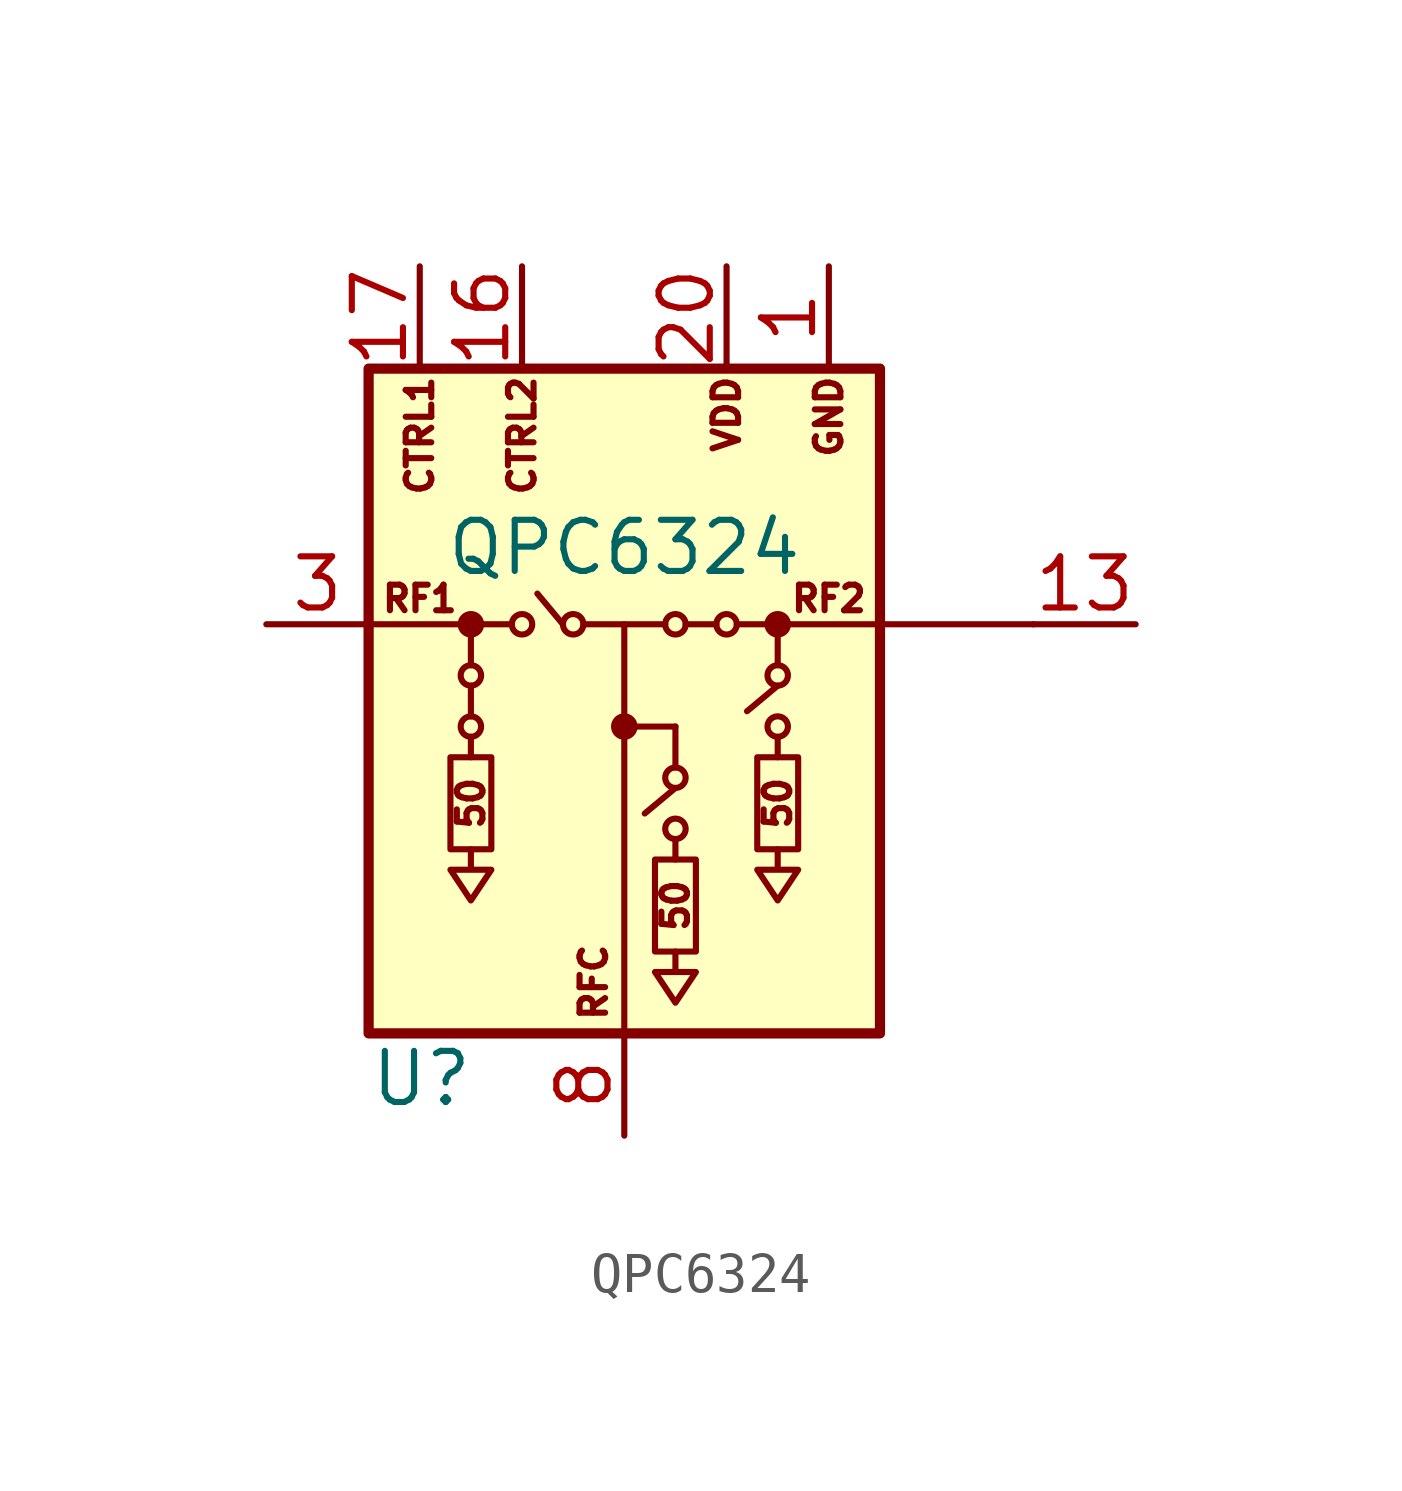
<source format=kicad_sym>
(kicad_symbol_lib
  (version 20220914)
  (generator kicad_symbol_editor)
  (symbol "QPC6324"
    (property "Reference" "U"
      (at -6.35 -10.541 0)
      (do_not_autoplace)
      (effects (font (size 1.27 1.27)) (justify left top)))
    (property "Value" "QPC6324"
      (at 0 1.905 0)
      (do_not_autoplace)
      (effects (font (size 1.27 1.27))))
    (symbol "QPC6324_0_0"
      (text "50" (at -3.81 -4.445 900) (effects (font (size 0.635 0.635))))
      (text "50" (at 1.27 -6.985 900) (effects (font (size 0.635 0.635))))
      (text "50" (at 3.81 -4.445 900) (effects (font (size 0.635 0.635)))))
    (symbol "QPC6324_0_1"
      (rectangle (start -6.35 6.35) (end 6.35 -10.16) (stroke (width 0.254) (type default)) (fill (type background)))
      (rectangle (start -4.318 -3.302) (end -3.302 -5.588) (stroke (width 0) (type default)) (fill (type none)))
      (circle (center -3.81 -2.54) (radius 0.254) (stroke (width 0) (type default)) (fill (type none)))
      (circle (center -3.81 -1.27) (radius 0.254) (stroke (width 0) (type default)) (fill (type none)))
      (circle (center -3.81 0) (radius 0.254) (stroke (width 0) (type default)) (fill (type outline)))
      (circle (center -2.54 0) (radius 0.254) (stroke (width 0) (type default)) (fill (type none)))
      (circle (center -1.27 0) (radius 0.254) (stroke (width 0) (type default)) (fill (type none)))
      (circle (center 0 -2.54) (radius 0.254) (stroke (width 0) (type default)) (fill (type outline)))
      (polyline (pts (xy -3.81 -2.794) (xy -3.81 -3.302)) (stroke (width 0) (type default)) (fill (type none)))
      (polyline (pts (xy -3.81 -1.016) (xy -3.81 0)) (stroke (width 0) (type default)) (fill (type none)))
      (polyline (pts (xy -2.794 0) (xy -6.35 0)) (stroke (width 0) (type default)) (fill (type none)))
      (polyline (pts (xy -1.524 0) (xy -2.159 0.762)) (stroke (width 0) (type default)) (fill (type none)))
      (polyline (pts (xy -1.016 0) (xy 1.016 0)) (stroke (width 0) (type default)) (fill (type none)))
      (polyline (pts (xy 0 0) (xy 0 -10.16)) (stroke (width 0) (type default)) (fill (type none)))
      (polyline (pts (xy 1.27 -5.334) (xy 1.27 -5.842)) (stroke (width 0) (type default)) (fill (type none)))
      (polyline (pts (xy 1.27 -4.064) (xy 0.508 -4.699)) (stroke (width 0) (type default)) (fill (type none)))
      (polyline (pts (xy 1.27 -3.556) (xy 1.27 -2.54)) (stroke (width 0) (type default)) (fill (type none)))
      (polyline (pts (xy 1.27 -2.54) (xy 0 -2.54)) (stroke (width 0) (type default)) (fill (type none)))
      (polyline (pts (xy 1.524 0) (xy 2.286 0)) (stroke (width 0) (type default)) (fill (type none)))
      (polyline (pts (xy 2.794 0) (xy 10.16 0)) (stroke (width 0) (type default)) (fill (type none)))
      (polyline (pts (xy 3.81 -2.794) (xy 3.81 -3.302)) (stroke (width 0) (type default)) (fill (type none)))
      (polyline (pts (xy 3.81 -1.524) (xy 3.048 -2.159)) (stroke (width 0) (type default)) (fill (type none)))
      (polyline (pts (xy 3.81 -1.016) (xy 3.81 0)) (stroke (width 0) (type default)) (fill (type none)))
      (polyline (pts (xy -3.81 -5.588) (xy -3.81 -6.096) (xy -4.318 -6.096) (xy -3.81 -6.858) (xy -3.302 -6.096) (xy -3.81 -6.096)) (stroke (width 0) (type default)) (fill (type none)))
      (polyline (pts (xy 1.27 -8.128) (xy 1.27 -8.636) (xy 0.762 -8.636) (xy 1.27 -9.398) (xy 1.778 -8.636) (xy 1.27 -8.636)) (stroke (width 0) (type default)) (fill (type none)))
      (polyline (pts (xy 3.81 -5.588) (xy 3.81 -6.096) (xy 3.302 -6.096) (xy 3.81 -6.858) (xy 4.318 -6.096) (xy 3.81 -6.096)) (stroke (width 0) (type default)) (fill (type none)))
      (rectangle (start 0.762 -5.842) (end 1.778 -8.128) (stroke (width 0) (type default)) (fill (type none)))
      (circle (center 1.27 -5.08) (radius 0.254) (stroke (width 0) (type default)) (fill (type none)))
      (circle (center 1.27 -3.81) (radius 0.254) (stroke (width 0) (type default)) (fill (type none)))
      (circle (center 1.27 0) (radius 0.254) (stroke (width 0) (type default)) (fill (type none)))
      (circle (center 2.54 0) (radius 0.254) (stroke (width 0) (type default)) (fill (type none)))
      (rectangle (start 3.302 -3.302) (end 4.318 -5.588) (stroke (width 0) (type default)) (fill (type none)))
      (circle (center 3.81 -2.54) (radius 0.254) (stroke (width 0) (type default)) (fill (type none)))
      (circle (center 3.81 -1.27) (radius 0.254) (stroke (width 0) (type default)) (fill (type none)))
      (circle (center 3.81 0) (radius 0.254) (stroke (width 0) (type default)) (fill (type outline))))
    (symbol "QPC6324_1_1"
      (polyline (pts (xy -3.81 -1.524) (xy -3.81 -2.286)) (stroke (width 0) (type default)) (fill (type none)))
      (text "CTRL1" (at -5.08 6.223 900) (effects (font (size 0.635 0.635)) (justify right)))
      (text "CTRL2" (at -2.54 6.223 900) (effects (font (size 0.635 0.635)) (justify right)))
      (text "GND" (at 5.08 6.223 900) (effects (font (size 0.635 0.635)) (justify right)))
      (text "RF1" (at -5.08 0.635 0) (effects (font (size 0.635 0.635))))
      (text "RF2" (at 5.08 0.635 0) (effects (font (size 0.635 0.635))))
      (text "RFC" (at -0.762 -8.89 900) (effects (font (size 0.635 0.635))))
      (text "VDD" (at 2.54 6.223 900) (effects (font (size 0.635 0.635)) (justify right)))
      (pin power_in line (at 5.08 8.89 270) (length 2.54) (name "" (effects (font (size 1.27 1.27)))) (number "1" (effects (font (size 1.27 1.27)))))
      (pin passive line (at 5.08 8.89 270) (length 2.54) hide (name "GND" (effects (font (size 1.27 1.27)))) (number "10" (effects (font (size 1.27 1.27)))))
      (pin passive line (at 5.08 8.89 270) (length 2.54) hide (name "GND" (effects (font (size 1.27 1.27)))) (number "11" (effects (font (size 1.27 1.27)))))
      (pin passive line (at 5.08 8.89 270) (length 2.54) hide (name "GND" (effects (font (size 1.27 1.27)))) (number "12" (effects (font (size 1.27 1.27)))))
      (pin passive line (at 12.7 0 180) (length 2.54) (name "" (effects (font (size 1.27 1.27)))) (number "13" (effects (font (size 1.27 1.27)))))
      (pin passive line (at 5.08 8.89 270) (length 2.54) hide (name "GND" (effects (font (size 1.27 1.27)))) (number "14" (effects (font (size 1.27 1.27)))))
      (pin passive line (at 5.08 8.89 270) (length 2.54) hide (name "GND" (effects (font (size 1.27 1.27)))) (number "15" (effects (font (size 1.27 1.27)))))
      (pin input line (at -2.54 8.89 270) (length 2.54) (name "" (effects (font (size 1.27 1.27)))) (number "16" (effects (font (size 1.27 1.27)))))
      (pin input line (at -5.08 8.89 270) (length 2.54) (name "" (effects (font (size 1.27 1.27)))) (number "17" (effects (font (size 1.27 1.27)))))
      (pin passive line (at 5.08 8.89 270) (length 2.54) hide (name "GND" (effects (font (size 1.27 1.27)))) (number "18" (effects (font (size 1.27 1.27)))))
      (pin passive line (at 5.08 8.89 270) (length 2.54) hide (name "GND" (effects (font (size 1.27 1.27)))) (number "19" (effects (font (size 1.27 1.27)))))
      (pin passive line (at 5.08 8.89 270) (length 2.54) hide (name "GND" (effects (font (size 1.27 1.27)))) (number "2" (effects (font (size 1.27 1.27)))))
      (pin power_in line (at 2.54 8.89 270) (length 2.54) (name "" (effects (font (size 1.27 1.27)))) (number "20" (effects (font (size 1.27 1.27)))))
      (pin passive line (at 5.08 8.89 270) (length 2.54) hide (name "GND" (effects (font (size 1.27 1.27)))) (number "21" (effects (font (size 1.27 1.27)))))
      (pin passive line (at -8.89 0 0) (length 2.54) (name "" (effects (font (size 1.27 1.27)))) (number "3" (effects (font (size 1.27 1.27)))))
      (pin passive line (at 5.08 8.89 270) (length 2.54) hide (name "GND" (effects (font (size 1.27 1.27)))) (number "4" (effects (font (size 1.27 1.27)))))
      (pin passive line (at 5.08 8.89 270) (length 2.54) hide (name "GND" (effects (font (size 1.27 1.27)))) (number "5" (effects (font (size 1.27 1.27)))))
      (pin passive line (at 5.08 8.89 270) (length 2.54) hide (name "GND" (effects (font (size 1.27 1.27)))) (number "6" (effects (font (size 1.27 1.27)))))
      (pin passive line (at 5.08 8.89 270) (length 2.54) hide (name "GND" (effects (font (size 1.27 1.27)))) (number "7" (effects (font (size 1.27 1.27)))))
      (pin passive line (at 0 -12.7 90) (length 2.54) (name "" (effects (font (size 1.27 1.27)))) (number "8" (effects (font (size 1.27 1.27)))))
      (pin passive line (at 5.08 8.89 270) (length 2.54) hide (name "GND" (effects (font (size 1.27 1.27)))) (number "9" (effects (font (size 1.27 1.27))))))))
</source>
